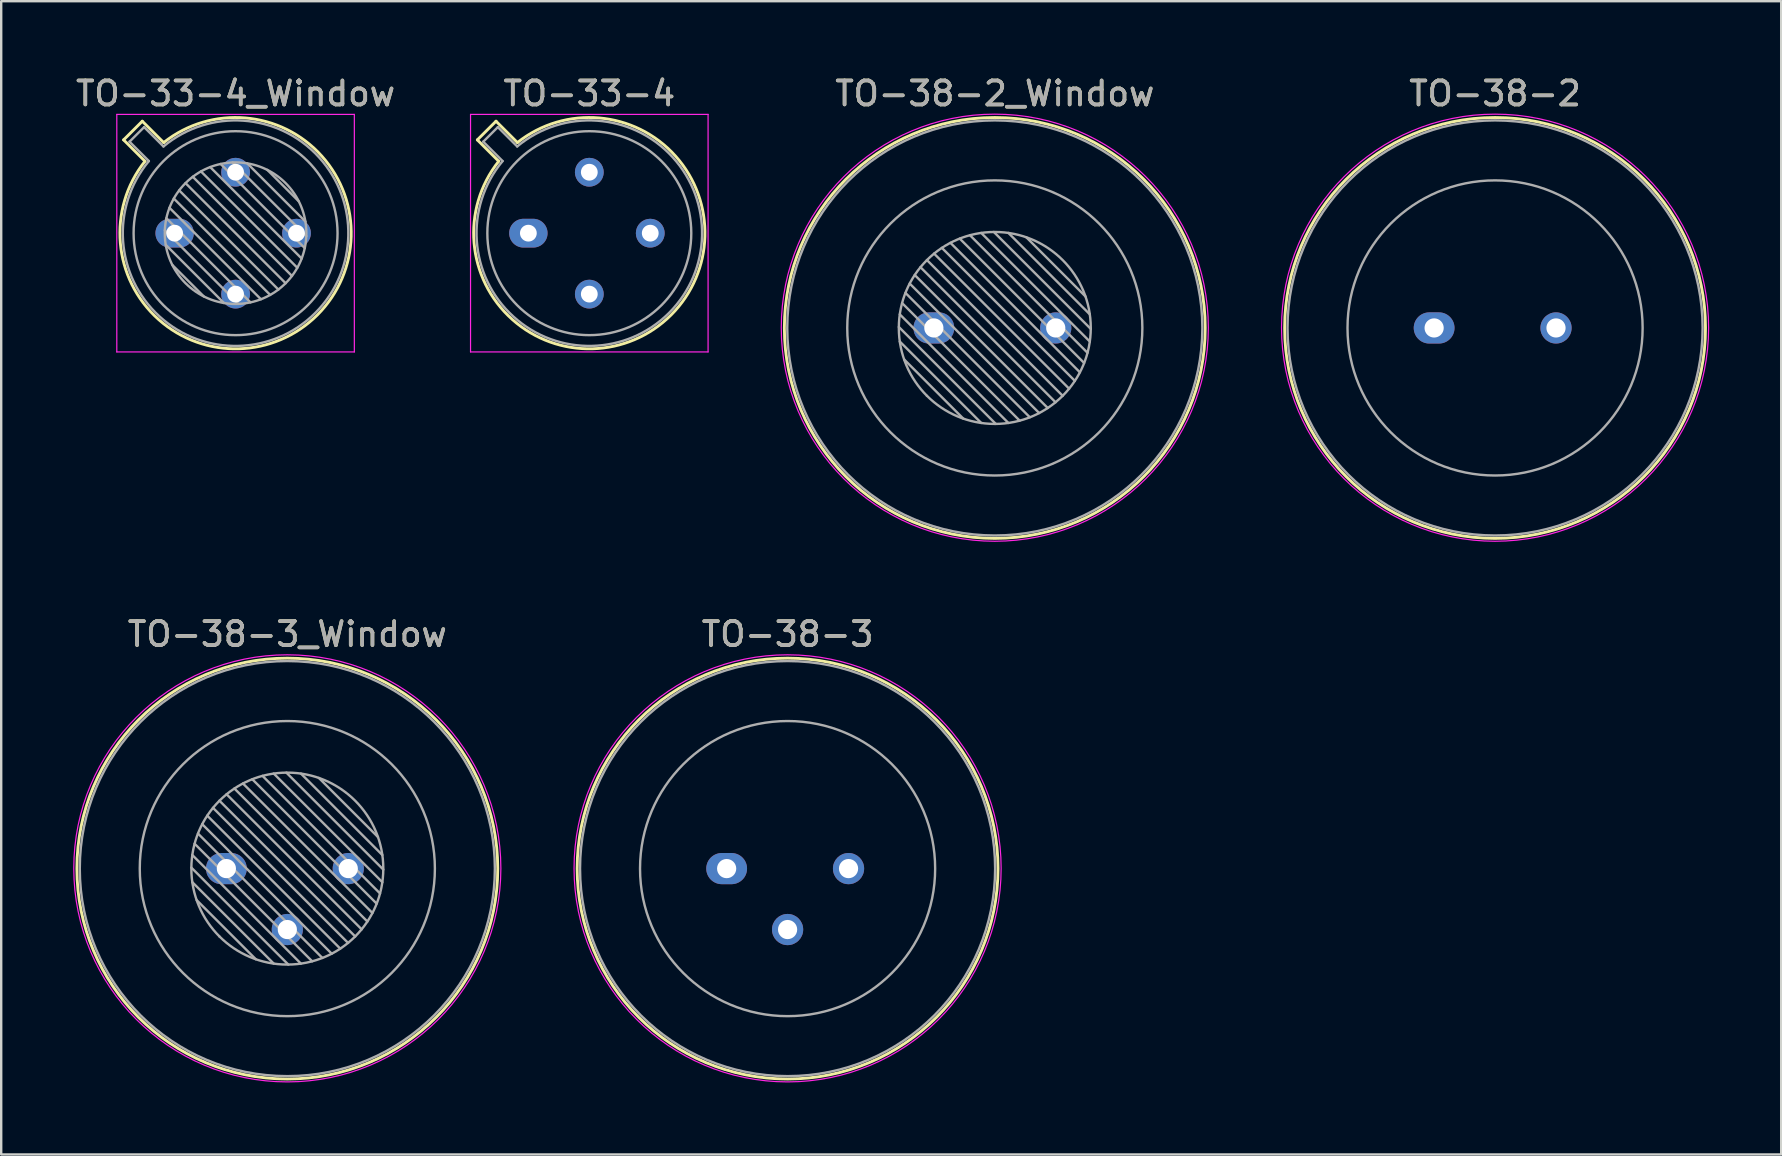
<source format=kicad_pcb>
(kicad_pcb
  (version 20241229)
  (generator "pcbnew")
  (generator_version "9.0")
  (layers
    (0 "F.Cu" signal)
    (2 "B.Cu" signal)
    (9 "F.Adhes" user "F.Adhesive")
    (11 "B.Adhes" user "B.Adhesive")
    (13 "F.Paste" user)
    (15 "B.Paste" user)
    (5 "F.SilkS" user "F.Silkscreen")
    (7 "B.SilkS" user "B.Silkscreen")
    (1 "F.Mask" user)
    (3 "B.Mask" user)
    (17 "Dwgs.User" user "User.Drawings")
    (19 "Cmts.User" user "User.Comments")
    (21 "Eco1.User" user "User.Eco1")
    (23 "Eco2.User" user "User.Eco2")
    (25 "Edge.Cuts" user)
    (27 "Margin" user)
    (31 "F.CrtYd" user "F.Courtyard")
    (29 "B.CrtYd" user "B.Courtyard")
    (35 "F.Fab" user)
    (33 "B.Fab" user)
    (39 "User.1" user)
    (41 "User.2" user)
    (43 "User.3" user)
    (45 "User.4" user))
  (footprint "TO-38-3_Window"
    (layer "F.Cu")
    (at 6.385 33.151)
    (property "Reference" "TO-38-3_Window" (at 2.54 -9.77 0) (layer "F.SilkS") (effects (font (size 1 1) (thickness 0.15))))
    (attr through_hole)
    (fp_circle (center 2.54 0) (end 11.31 0) (stroke (width 0.12) (type solid)) (fill no) (layer "F.SilkS"))
    (fp_circle (center 2.54 -0.01) (end 11.44 -0.01) (stroke (width 0.05) (type solid)) (fill no) (layer "F.CrtYd"))
    (fp_line (start -1.46 -0.041) (end 2.581 4) (stroke (width 0.1) (type solid)) (layer "F.Fab"))
    (fp_line (start -1.42 -0.566) (end 3.106 3.96) (stroke (width 0.1) (type solid)) (layer "F.Fab"))
    (fp_line (start -1.42 0.566) (end 1.974 3.96) (stroke (width 0.1) (type solid)) (layer "F.Fab"))
    (fp_line (start -1.324 -1.036) (end 3.576 3.864) (stroke (width 0.1) (type solid)) (layer "F.Fab"))
    (fp_line (start -1.239 1.313) (end 1.227 3.779) (stroke (width 0.1) (type solid)) (layer "F.Fab"))
    (fp_line (start -1.184 -1.461) (end 4.001 3.724) (stroke (width 0.1) (type solid)) (layer "F.Fab"))
    (fp_line (start -1.007 -1.85) (end 4.39 3.547) (stroke (width 0.1) (type solid)) (layer "F.Fab"))
    (fp_line (start -0.797 -2.206) (end 4.746 3.337) (stroke (width 0.1) (type solid)) (layer "F.Fab"))
    (fp_line (start -0.558 -2.532) (end 5.072 3.098) (stroke (width 0.1) (type solid)) (layer "F.Fab"))
    (fp_line (start -0.289 -2.829) (end 5.369 2.829) (stroke (width 0.1) (type solid)) (layer "F.Fab"))
    (fp_line (start -0.289 2.829) (end -0.289 2.829) (stroke (width 0.1) (type solid)) (layer "F.Fab"))
    (fp_line (start 0.008 -3.098) (end 5.638 2.532) (stroke (width 0.1) (type solid)) (layer "F.Fab"))
    (fp_line (start 0.334 -3.337) (end 5.877 2.206) (stroke (width 0.1) (type solid)) (layer "F.Fab"))
    (fp_line (start 0.69 -3.547) (end 6.087 1.85) (stroke (width 0.1) (type solid)) (layer "F.Fab"))
    (fp_line (start 1.079 -3.724) (end 6.264 1.461) (stroke (width 0.1) (type solid)) (layer "F.Fab"))
    (fp_line (start 1.504 -3.864) (end 6.404 1.036) (stroke (width 0.1) (type solid)) (layer "F.Fab"))
    (fp_line (start 1.974 -3.96) (end 6.5 0.566) (stroke (width 0.1) (type solid)) (layer "F.Fab"))
    (fp_line (start 2.499 -4) (end 6.54 0.041) (stroke (width 0.1) (type solid)) (layer "F.Fab"))
    (fp_line (start 3.106 -3.96) (end 6.5 -0.566) (stroke (width 0.1) (type solid)) (layer "F.Fab"))
    (fp_line (start 3.853 -3.779) (end 6.319 -1.313) (stroke (width 0.1) (type solid)) (layer "F.Fab"))
    (fp_circle (center 2.54 0) (end 6.54 0) (stroke (width 0.1) (type solid)) (fill no) (layer "F.Fab"))
    (fp_circle (center 2.54 0) (end 8.69 0) (stroke (width 0.1) (type solid)) (fill no) (layer "F.Fab"))
    (fp_circle (center 2.54 0) (end 11.19 0) (stroke (width 0.1) (type solid)) (fill no) (layer "F.Fab"))
    (fp_text user "${REFERENCE}" (at 2.54 -9.77 0) (layer "F.Fab") (effects (font (size 1 1) (thickness 0.15))))
    (pad "1" thru_hole oval (at 0 0) (size 1.7 1.3) (drill 0.8) (layers "*.Cu" "*.Mask"))
    (pad "2" thru_hole oval (at 2.54 2.54) (size 1.3 1.3) (drill 0.8) (layers "*.Cu" "*.Mask"))
    (pad "3" thru_hole oval (at 5.08 0) (size 1.3 1.3) (drill 0.8) (layers "*.Cu" "*.Mask")))
  (footprint "TO-38-2_Window"
    (layer "F.Cu")
    (at 35.871 10.618)
    (property "Reference" "TO-38-2_Window" (at 2.54 -9.77 0) (layer "F.SilkS") (effects (font (size 1 1) (thickness 0.15))))
    (attr through_hole)
    (fp_circle (center 2.54 0) (end 11.31 0) (stroke (width 0.12) (type solid)) (fill no) (layer "F.SilkS"))
    (fp_circle (center 2.54 -0.01) (end 11.44 -0.01) (stroke (width 0.05) (type solid)) (fill no) (layer "F.CrtYd"))
    (fp_line (start -1.46 -0.041) (end 2.581 4) (stroke (width 0.1) (type solid)) (layer "F.Fab"))
    (fp_line (start -1.42 -0.566) (end 3.106 3.96) (stroke (width 0.1) (type solid)) (layer "F.Fab"))
    (fp_line (start -1.42 0.566) (end 1.974 3.96) (stroke (width 0.1) (type solid)) (layer "F.Fab"))
    (fp_line (start -1.324 -1.036) (end 3.576 3.864) (stroke (width 0.1) (type solid)) (layer "F.Fab"))
    (fp_line (start -1.239 1.313) (end 1.227 3.779) (stroke (width 0.1) (type solid)) (layer "F.Fab"))
    (fp_line (start -1.184 -1.461) (end 4.001 3.724) (stroke (width 0.1) (type solid)) (layer "F.Fab"))
    (fp_line (start -1.007 -1.85) (end 4.39 3.547) (stroke (width 0.1) (type solid)) (layer "F.Fab"))
    (fp_line (start -0.797 -2.206) (end 4.746 3.337) (stroke (width 0.1) (type solid)) (layer "F.Fab"))
    (fp_line (start -0.558 -2.532) (end 5.072 3.098) (stroke (width 0.1) (type solid)) (layer "F.Fab"))
    (fp_line (start -0.289 -2.829) (end 5.369 2.829) (stroke (width 0.1) (type solid)) (layer "F.Fab"))
    (fp_line (start -0.289 2.829) (end -0.289 2.829) (stroke (width 0.1) (type solid)) (layer "F.Fab"))
    (fp_line (start 0.008 -3.098) (end 5.638 2.532) (stroke (width 0.1) (type solid)) (layer "F.Fab"))
    (fp_line (start 0.334 -3.337) (end 5.877 2.206) (stroke (width 0.1) (type solid)) (layer "F.Fab"))
    (fp_line (start 0.69 -3.547) (end 6.087 1.85) (stroke (width 0.1) (type solid)) (layer "F.Fab"))
    (fp_line (start 1.079 -3.724) (end 6.264 1.461) (stroke (width 0.1) (type solid)) (layer "F.Fab"))
    (fp_line (start 1.504 -3.864) (end 6.404 1.036) (stroke (width 0.1) (type solid)) (layer "F.Fab"))
    (fp_line (start 1.974 -3.96) (end 6.5 0.566) (stroke (width 0.1) (type solid)) (layer "F.Fab"))
    (fp_line (start 2.499 -4) (end 6.54 0.041) (stroke (width 0.1) (type solid)) (layer "F.Fab"))
    (fp_line (start 3.106 -3.96) (end 6.5 -0.566) (stroke (width 0.1) (type solid)) (layer "F.Fab"))
    (fp_line (start 3.853 -3.779) (end 6.319 -1.313) (stroke (width 0.1) (type solid)) (layer "F.Fab"))
    (fp_circle (center 2.54 0) (end 6.54 0) (stroke (width 0.1) (type solid)) (fill no) (layer "F.Fab"))
    (fp_circle (center 2.54 0) (end 8.69 0) (stroke (width 0.1) (type solid)) (fill no) (layer "F.Fab"))
    (fp_circle (center 2.54 0) (end 11.19 0) (stroke (width 0.1) (type solid)) (fill no) (layer "F.Fab"))
    (fp_text user "${REFERENCE}" (at 2.54 -9.77 0) (layer "F.Fab") (effects (font (size 1 1) (thickness 0.15))))
    (pad "1" thru_hole oval (at 0 0) (size 1.7 1.3) (drill 0.8) (layers "*.Cu" "*.Mask"))
    (pad "2" thru_hole oval (at 5.08 0) (size 1.3 1.3) (drill 0.8) (layers "*.Cu" "*.Mask")))
  (footprint "TO-38-3"
    (layer "F.Cu")
    (at 27.235 33.151)
    (property "Reference" "TO-38-3" (at 2.54 -9.77 0) (layer "F.SilkS") (effects (font (size 1 1) (thickness 0.15))))
    (attr through_hole)
    (fp_circle (center 2.54 0) (end 11.31 0) (stroke (width 0.12) (type solid)) (fill no) (layer "F.SilkS"))
    (fp_circle (center 2.54 -0.01) (end 11.44 -0.01) (stroke (width 0.05) (type solid)) (fill no) (layer "F.CrtYd"))
    (fp_circle (center 2.54 0) (end 8.69 0) (stroke (width 0.1) (type solid)) (fill no) (layer "F.Fab"))
    (fp_circle (center 2.54 0) (end 11.19 0) (stroke (width 0.1) (type solid)) (fill no) (layer "F.Fab"))
    (fp_text user "${REFERENCE}" (at 2.54 -9.77 0) (layer "F.Fab") (effects (font (size 1 1) (thickness 0.15))))
    (pad "1" thru_hole oval (at 0 0) (size 1.7 1.3) (drill 0.8) (layers "*.Cu" "*.Mask"))
    (pad "2" thru_hole oval (at 2.54 2.54) (size 1.3 1.3) (drill 0.8) (layers "*.Cu" "*.Mask"))
    (pad "3" thru_hole oval (at 5.08 0) (size 1.3 1.3) (drill 0.8) (layers "*.Cu" "*.Mask")))
  (footprint "TO-38-2"
    (layer "F.Cu")
    (at 56.721 10.618)
    (property "Reference" "TO-38-2" (at 2.54 -9.77 0) (layer "F.SilkS") (effects (font (size 1 1) (thickness 0.15))))
    (attr through_hole)
    (fp_circle (center 2.54 0) (end 11.31 0) (stroke (width 0.12) (type solid)) (fill no) (layer "F.SilkS"))
    (fp_circle (center 2.54 -0.01) (end 11.44 -0.01) (stroke (width 0.05) (type solid)) (fill no) (layer "F.CrtYd"))
    (fp_circle (center 2.54 0) (end 8.69 0) (stroke (width 0.1) (type solid)) (fill no) (layer "F.Fab"))
    (fp_circle (center 2.54 0) (end 11.19 0) (stroke (width 0.1) (type solid)) (fill no) (layer "F.Fab"))
    (fp_text user "${REFERENCE}" (at 2.54 -9.77 0) (layer "F.Fab") (effects (font (size 1 1) (thickness 0.15))))
    (pad "1" thru_hole oval (at 0 0) (size 1.7 1.3) (drill 0.8) (layers "*.Cu" "*.Mask"))
    (pad "2" thru_hole oval (at 5.08 0) (size 1.3 1.3) (drill 0.8) (layers "*.Cu" "*.Mask")))
  (footprint "TO-33-4"
    (layer "F.Cu")
    (at 18.971 6.668)
    (property "Reference" "TO-33-4" (at 2.54 -5.82 0) (layer "F.SilkS") (effects (font (size 1 1) (thickness 0.15))))
    (attr through_hole)
    (fp_line (start -2.126 -3.888) (end -1.235 -2.997) (stroke (width 0.12) (type solid)) (layer "F.SilkS"))
    (fp_line (start -1.348 -4.666) (end -2.126 -3.888) (stroke (width 0.12) (type solid)) (layer "F.SilkS"))
    (fp_line (start -0.457 -3.775) (end -1.348 -4.666) (stroke (width 0.12) (type solid)) (layer "F.SilkS"))
    (fp_arc (start -0.457084 -3.774902) (mid 5.948125 3.408384) (end -1.234674 -2.997371) (stroke (width 0.12) (type solid)) (layer "F.SilkS"))
    (fp_line (start -2.41 -4.95) (end -2.41 4.95) (stroke (width 0.05) (type solid)) (layer "F.CrtYd"))
    (fp_line (start -2.41 4.95) (end 7.49 4.95) (stroke (width 0.05) (type solid)) (layer "F.CrtYd"))
    (fp_line (start 7.49 -4.95) (end -2.41 -4.95) (stroke (width 0.05) (type solid)) (layer "F.CrtYd"))
    (fp_line (start 7.49 4.95) (end 7.49 -4.95) (stroke (width 0.05) (type solid)) (layer "F.CrtYd"))
    (fp_line (start -1.88 -3.812) (end -1.074 -3.005) (stroke (width 0.1) (type solid)) (layer "F.Fab"))
    (fp_line (start -1.272 -4.42) (end -1.88 -3.812) (stroke (width 0.1) (type solid)) (layer "F.Fab"))
    (fp_line (start -0.465 -3.614) (end -1.272 -4.42) (stroke (width 0.1) (type solid)) (layer "F.Fab"))
    (fp_arc (start -0.465408 -3.61352) (mid 5.863443 3.323361) (end -1.073594 -3.005319) (stroke (width 0.1) (type solid)) (layer "F.Fab"))
    (fp_circle (center 2.54 0) (end 6.79 0) (stroke (width 0.1) (type solid)) (fill no) (layer "F.Fab"))
    (fp_text user "${REFERENCE}" (at 2.54 -5.82 0) (layer "F.Fab") (effects (font (size 1 1) (thickness 0.15))))
    (pad "1" thru_hole oval (at 0 0) (size 1.6 1.2) (drill 0.7) (layers "*.Cu" "*.Mask"))
    (pad "2" thru_hole oval (at 2.54 2.54) (size 1.2 1.2) (drill 0.7) (layers "*.Cu" "*.Mask"))
    (pad "3" thru_hole oval (at 5.08 0) (size 1.2 1.2) (drill 0.7) (layers "*.Cu" "*.Mask"))
    (pad "4" thru_hole oval (at 2.54 -2.54) (size 1.2 1.2) (drill 0.7) (layers "*.Cu" "*.Mask")))
  (footprint "TO-33-4_Window"
    (layer "F.Cu")
    (at 4.228 6.668)
    (property "Reference" "TO-33-4_Window" (at 2.54 -5.82 0) (layer "F.SilkS") (effects (font (size 1 1) (thickness 0.15))))
    (attr through_hole)
    (fp_line (start -2.126 -3.888) (end -1.235 -2.997) (stroke (width 0.12) (type solid)) (layer "F.SilkS"))
    (fp_line (start -1.348 -4.666) (end -2.126 -3.888) (stroke (width 0.12) (type solid)) (layer "F.SilkS"))
    (fp_line (start -0.457 -3.775) (end -1.348 -4.666) (stroke (width 0.12) (type solid)) (layer "F.SilkS"))
    (fp_arc (start -0.457084 -3.774902) (mid 5.948125 3.408384) (end -1.234674 -2.997371) (stroke (width 0.12) (type solid)) (layer "F.SilkS"))
    (fp_line (start -2.41 -4.95) (end -2.41 4.95) (stroke (width 0.05) (type solid)) (layer "F.CrtYd"))
    (fp_line (start -2.41 4.95) (end 7.49 4.95) (stroke (width 0.05) (type solid)) (layer "F.CrtYd"))
    (fp_line (start 7.49 -4.95) (end -2.41 -4.95) (stroke (width 0.05) (type solid)) (layer "F.CrtYd"))
    (fp_line (start 7.49 4.95) (end 7.49 -4.95) (stroke (width 0.05) (type solid)) (layer "F.CrtYd"))
    (fp_line (start -1.88 -3.812) (end -1.074 -3.005) (stroke (width 0.1) (type solid)) (layer "F.Fab"))
    (fp_line (start -1.272 -4.42) (end -1.88 -3.812) (stroke (width 0.1) (type solid)) (layer "F.Fab"))
    (fp_line (start -0.465 -3.614) (end -1.272 -4.42) (stroke (width 0.1) (type solid)) (layer "F.Fab"))
    (fp_line (start -0.408 -0.12) (end 2.66 2.948) (stroke (width 0.1) (type solid)) (layer "F.Fab"))
    (fp_line (start -0.371 0.485) (end 2.055 2.911) (stroke (width 0.1) (type solid)) (layer "F.Fab"))
    (fp_line (start -0.344 -0.622) (end 3.162 2.884) (stroke (width 0.1) (type solid)) (layer "F.Fab"))
    (fp_line (start -0.215 -1.058) (end 3.598 2.755) (stroke (width 0.1) (type solid)) (layer "F.Fab"))
    (fp_line (start -0.097 1.324) (end 1.216 2.637) (stroke (width 0.1) (type solid)) (layer "F.Fab"))
    (fp_line (start -0.034 -1.443) (end 3.983 2.574) (stroke (width 0.1) (type solid)) (layer "F.Fab"))
    (fp_line (start 0.19 -1.784) (end 4.324 2.35) (stroke (width 0.1) (type solid)) (layer "F.Fab"))
    (fp_line (start 0.454 -2.086) (end 4.626 2.086) (stroke (width 0.1) (type solid)) (layer "F.Fab"))
    (fp_line (start 0.756 -2.35) (end 4.89 1.784) (stroke (width 0.1) (type solid)) (layer "F.Fab"))
    (fp_line (start 1.097 -2.574) (end 5.114 1.443) (stroke (width 0.1) (type solid)) (layer "F.Fab"))
    (fp_line (start 1.482 -2.755) (end 5.295 1.058) (stroke (width 0.1) (type solid)) (layer "F.Fab"))
    (fp_line (start 1.918 -2.884) (end 5.424 0.622) (stroke (width 0.1) (type solid)) (layer "F.Fab"))
    (fp_line (start 2.42 -2.948) (end 5.488 0.12) (stroke (width 0.1) (type solid)) (layer "F.Fab"))
    (fp_line (start 3.025 -2.911) (end 5.451 -0.485) (stroke (width 0.1) (type solid)) (layer "F.Fab"))
    (fp_line (start 3.864 -2.637) (end 5.177 -1.324) (stroke (width 0.1) (type solid)) (layer "F.Fab"))
    (fp_arc (start -0.465408 -3.61352) (mid 5.863443 3.323361) (end -1.073594 -3.005319) (stroke (width 0.1) (type solid)) (layer "F.Fab"))
    (fp_circle (center 2.54 0) (end 5.49 0) (stroke (width 0.1) (type solid)) (fill no) (layer "F.Fab"))
    (fp_circle (center 2.54 0) (end 6.79 0) (stroke (width 0.1) (type solid)) (fill no) (layer "F.Fab"))
    (fp_text user "${REFERENCE}" (at 2.54 -5.82 0) (layer "F.Fab") (effects (font (size 1 1) (thickness 0.15))))
    (pad "1" thru_hole oval (at 0 0) (size 1.6 1.2) (drill 0.7) (layers "*.Cu" "*.Mask"))
    (pad "2" thru_hole oval (at 2.54 2.54) (size 1.2 1.2) (drill 0.7) (layers "*.Cu" "*.Mask"))
    (pad "3" thru_hole oval (at 5.08 0) (size 1.2 1.2) (drill 0.7) (layers "*.Cu" "*.Mask"))
    (pad "4" thru_hole oval (at 2.54 -2.54) (size 1.2 1.2) (drill 0.7) (layers "*.Cu" "*.Mask")))
  (gr_rect
    (start -3 -3)
    (end 71.186 45.066)
    (stroke (width 0.1) (type default))
    (fill no)
    (layer "Edge.Cuts")))
</source>
